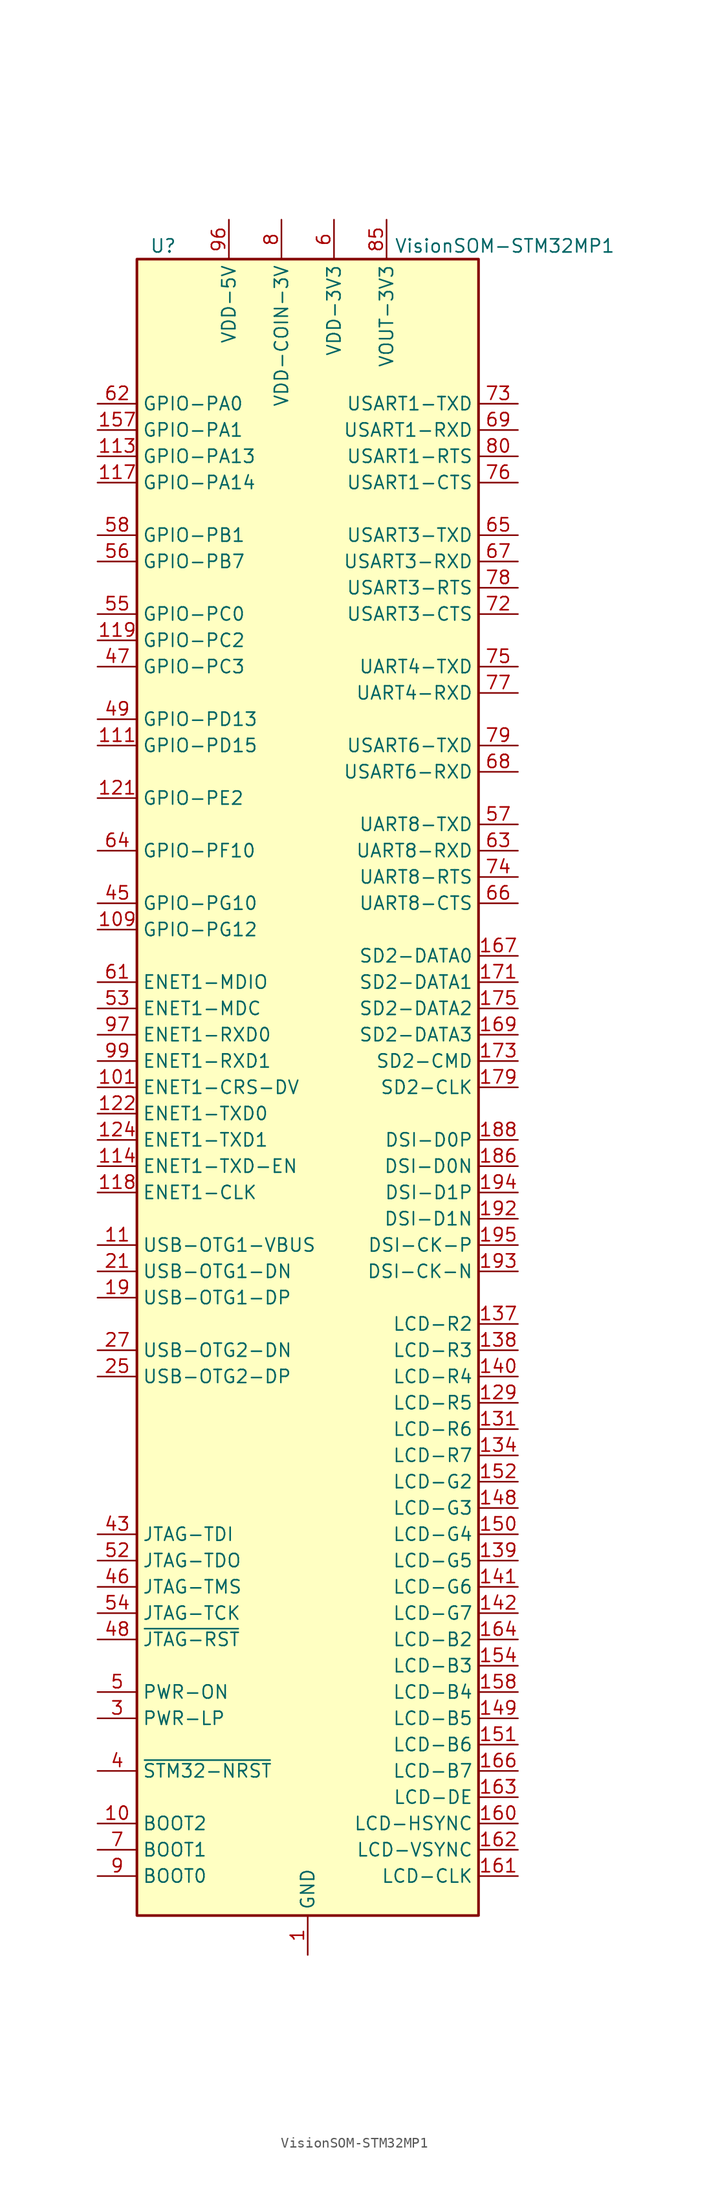
<source format=kicad_sym>
(kicad_symbol_lib
  (version 20231120)
  (generator "kicad_symbol_editor")
  (generator_version "8.0")
  (symbol "VisionSOM-STM32MP1"
    (property "Reference" "U"
      (at -13.97 81.28 0)
      (effects (font (size 1.27 1.27))))
    (property "Value" "VisionSOM-STM32MP1"
      (at 19.05 81.28 0)
      (effects (font (size 1.27 1.27))))
    (symbol "VisionSOM-STM32MP1_0_1"
      (rectangle (start -16.51 80.01) (end 16.51 -80.01) (stroke (width 0.254) (type default)) (fill (type background))))
    (symbol "VisionSOM-STM32MP1_1_1"
      (pin power_in line (at 0 -83.82 90) (length 3.81) (name "GND" (effects (font (size 1.27 1.27)))) (number "1" (effects (font (size 1.27 1.27)))))
      (pin input line (at -20.32 -71.12 0) (length 3.81) (name "BOOT2" (effects (font (size 1.27 1.27)))) (number "10" (effects (font (size 1.27 1.27)))))
      (pin passive line (at -7.62 83.82 270) (length 3.81) hide (name "VDD-5V" (effects (font (size 1.27 1.27)))) (number "100" (effects (font (size 1.27 1.27)))))
      (pin bidirectional line (at -20.32 0 0) (length 3.81) (name "ENET1-CRS-DV" (effects (font (size 1.27 1.27)))) (number "101" (effects (font (size 1.27 1.27)))))
      (pin passive line (at -7.62 83.82 270) (length 3.81) hide (name "VDD-5V" (effects (font (size 1.27 1.27)))) (number "102" (effects (font (size 1.27 1.27)))))
      (pin passive line (at 0 -83.82 90) (length 3.81) hide (name "GND" (effects (font (size 1.27 1.27)))) (number "103" (effects (font (size 1.27 1.27)))))
      (pin passive line (at -7.62 83.82 270) (length 3.81) hide (name "VDD-5V" (effects (font (size 1.27 1.27)))) (number "104" (effects (font (size 1.27 1.27)))))
      (pin no_connect line (at 15.24 73.66 180) (length 3.81) hide (name "NC" (effects (font (size 1.27 1.27)))) (number "105" (effects (font (size 1.27 1.27)))))
      (pin passive line (at -7.62 83.82 270) (length 3.81) hide (name "VDD-5V" (effects (font (size 1.27 1.27)))) (number "106" (effects (font (size 1.27 1.27)))))
      (pin passive line (at 0 -83.82 90) (length 3.81) hide (name "GND" (effects (font (size 1.27 1.27)))) (number "107" (effects (font (size 1.27 1.27)))))
      (pin passive line (at -7.62 83.82 270) (length 3.81) hide (name "VDD-5V" (effects (font (size 1.27 1.27)))) (number "108" (effects (font (size 1.27 1.27)))))
      (pin bidirectional line (at -20.32 15.24 0) (length 3.81) (name "GPIO-PG12" (effects (font (size 1.27 1.27)))) (number "109" (effects (font (size 1.27 1.27)))))
      (pin input line (at -20.32 -15.24 0) (length 3.81) (name "USB-OTG1-VBUS" (effects (font (size 1.27 1.27)))) (number "11" (effects (font (size 1.27 1.27)))))
      (pin passive line (at -7.62 83.82 270) (length 3.81) hide (name "VDD-5V" (effects (font (size 1.27 1.27)))) (number "110" (effects (font (size 1.27 1.27)))))
      (pin bidirectional line (at -20.32 33.02 0) (length 3.81) (name "GPIO-PD15" (effects (font (size 1.27 1.27)))) (number "111" (effects (font (size 1.27 1.27)))))
      (pin passive line (at -7.62 83.82 270) (length 3.81) hide (name "VDD-5V" (effects (font (size 1.27 1.27)))) (number "112" (effects (font (size 1.27 1.27)))))
      (pin bidirectional line (at -20.32 60.96 0) (length 3.81) (name "GPIO-PA13" (effects (font (size 1.27 1.27)))) (number "113" (effects (font (size 1.27 1.27)))))
      (pin bidirectional line (at -20.32 -7.62 0) (length 3.81) (name "ENET1-TXD-EN" (effects (font (size 1.27 1.27)))) (number "114" (effects (font (size 1.27 1.27)))))
      (pin passive line (at 0 -83.82 90) (length 3.81) hide (name "GND" (effects (font (size 1.27 1.27)))) (number "115" (effects (font (size 1.27 1.27)))))
      (pin passive line (at 0 -83.82 90) (length 3.81) hide (name "GND" (effects (font (size 1.27 1.27)))) (number "116" (effects (font (size 1.27 1.27)))))
      (pin bidirectional line (at -20.32 58.42 0) (length 3.81) (name "GPIO-PA14" (effects (font (size 1.27 1.27)))) (number "117" (effects (font (size 1.27 1.27)))))
      (pin bidirectional line (at -20.32 -10.16 0) (length 3.81) (name "ENET1-CLK" (effects (font (size 1.27 1.27)))) (number "118" (effects (font (size 1.27 1.27)))))
      (pin bidirectional line (at -20.32 43.18 0) (length 3.81) (name "GPIO-PC2" (effects (font (size 1.27 1.27)))) (number "119" (effects (font (size 1.27 1.27)))))
      (pin no_connect line (at -15.24 73.66 0) (length 3.81) hide (name "NC" (effects (font (size 1.27 1.27)))) (number "12" (effects (font (size 1.27 1.27)))))
      (pin passive line (at 0 -83.82 90) (length 3.81) hide (name "GND" (effects (font (size 1.27 1.27)))) (number "120" (effects (font (size 1.27 1.27)))))
      (pin bidirectional line (at -20.32 27.94 0) (length 3.81) (name "GPIO-PE2" (effects (font (size 1.27 1.27)))) (number "121" (effects (font (size 1.27 1.27)))))
      (pin bidirectional line (at -20.32 -2.54 0) (length 3.81) (name "ENET1-TXD0" (effects (font (size 1.27 1.27)))) (number "122" (effects (font (size 1.27 1.27)))))
      (pin no_connect line (at 15.24 71.12 180) (length 3.81) hide (name "NC" (effects (font (size 1.27 1.27)))) (number "123" (effects (font (size 1.27 1.27)))))
      (pin bidirectional line (at -20.32 -5.08 0) (length 3.81) (name "ENET1-TXD1" (effects (font (size 1.27 1.27)))) (number "124" (effects (font (size 1.27 1.27)))))
      (pin passive line (at 0 -83.82 90) (length 3.81) hide (name "GND" (effects (font (size 1.27 1.27)))) (number "125" (effects (font (size 1.27 1.27)))))
      (pin no_connect line (at 15.24 68.58 180) (length 3.81) hide (name "NC" (effects (font (size 1.27 1.27)))) (number "126" (effects (font (size 1.27 1.27)))))
      (pin passive line (at 0 -83.82 90) (length 3.81) hide (name "GND" (effects (font (size 1.27 1.27)))) (number "127" (effects (font (size 1.27 1.27)))))
      (pin passive line (at 0 -83.82 90) (length 3.81) hide (name "GND" (effects (font (size 1.27 1.27)))) (number "128" (effects (font (size 1.27 1.27)))))
      (pin bidirectional line (at 20.32 -30.48 180) (length 3.81) (name "LCD-R5" (effects (font (size 1.27 1.27)))) (number "129" (effects (font (size 1.27 1.27)))))
      (pin no_connect line (at -15.24 71.12 0) (length 3.81) hide (name "NC" (effects (font (size 1.27 1.27)))) (number "13" (effects (font (size 1.27 1.27)))))
      (pin passive line (at 0 -83.82 90) (length 3.81) hide (name "GND" (effects (font (size 1.27 1.27)))) (number "130" (effects (font (size 1.27 1.27)))))
      (pin bidirectional line (at 20.32 -33.02 180) (length 3.81) (name "LCD-R6" (effects (font (size 1.27 1.27)))) (number "131" (effects (font (size 1.27 1.27)))))
      (pin passive line (at 0 -83.82 90) (length 3.81) hide (name "GND" (effects (font (size 1.27 1.27)))) (number "132" (effects (font (size 1.27 1.27)))))
      (pin passive line (at 0 -83.82 90) (length 3.81) hide (name "GND" (effects (font (size 1.27 1.27)))) (number "133" (effects (font (size 1.27 1.27)))))
      (pin bidirectional line (at 20.32 -35.56 180) (length 3.81) (name "LCD-R7" (effects (font (size 1.27 1.27)))) (number "134" (effects (font (size 1.27 1.27)))))
      (pin passive line (at 0 -83.82 90) (length 3.81) hide (name "GND" (effects (font (size 1.27 1.27)))) (number "135" (effects (font (size 1.27 1.27)))))
      (pin passive line (at 0 -83.82 90) (length 3.81) hide (name "GND" (effects (font (size 1.27 1.27)))) (number "136" (effects (font (size 1.27 1.27)))))
      (pin bidirectional line (at 20.32 -22.86 180) (length 3.81) (name "LCD-R2" (effects (font (size 1.27 1.27)))) (number "137" (effects (font (size 1.27 1.27)))))
      (pin bidirectional line (at 20.32 -25.4 180) (length 3.81) (name "LCD-R3" (effects (font (size 1.27 1.27)))) (number "138" (effects (font (size 1.27 1.27)))))
      (pin bidirectional line (at 20.32 -45.72 180) (length 3.81) (name "LCD-G5" (effects (font (size 1.27 1.27)))) (number "139" (effects (font (size 1.27 1.27)))))
      (pin no_connect line (at -15.24 68.58 0) (length 3.81) hide (name "NC" (effects (font (size 1.27 1.27)))) (number "14" (effects (font (size 1.27 1.27)))))
      (pin bidirectional line (at 20.32 -27.94 180) (length 3.81) (name "LCD-R4" (effects (font (size 1.27 1.27)))) (number "140" (effects (font (size 1.27 1.27)))))
      (pin bidirectional line (at 20.32 -48.26 180) (length 3.81) (name "LCD-G6" (effects (font (size 1.27 1.27)))) (number "141" (effects (font (size 1.27 1.27)))))
      (pin bidirectional line (at 20.32 -50.8 180) (length 3.81) (name "LCD-G7" (effects (font (size 1.27 1.27)))) (number "142" (effects (font (size 1.27 1.27)))))
      (pin passive line (at 0 -83.82 90) (length 3.81) hide (name "GND" (effects (font (size 1.27 1.27)))) (number "143" (effects (font (size 1.27 1.27)))))
      (pin passive line (at 0 -83.82 90) (length 3.81) hide (name "GND" (effects (font (size 1.27 1.27)))) (number "144" (effects (font (size 1.27 1.27)))))
      (pin passive line (at 0 -83.82 90) (length 3.81) hide (name "GND" (effects (font (size 1.27 1.27)))) (number "145" (effects (font (size 1.27 1.27)))))
      (pin passive line (at 0 -83.82 90) (length 3.81) hide (name "GND" (effects (font (size 1.27 1.27)))) (number "146" (effects (font (size 1.27 1.27)))))
      (pin passive line (at 0 -83.82 90) (length 3.81) hide (name "GND" (effects (font (size 1.27 1.27)))) (number "147" (effects (font (size 1.27 1.27)))))
      (pin bidirectional line (at 20.32 -40.64 180) (length 3.81) (name "LCD-G3" (effects (font (size 1.27 1.27)))) (number "148" (effects (font (size 1.27 1.27)))))
      (pin bidirectional line (at 20.32 -60.96 180) (length 3.81) (name "LCD-B5" (effects (font (size 1.27 1.27)))) (number "149" (effects (font (size 1.27 1.27)))))
      (pin passive line (at 0 -83.82 90) (length 3.81) hide (name "GND" (effects (font (size 1.27 1.27)))) (number "15" (effects (font (size 1.27 1.27)))))
      (pin bidirectional line (at 20.32 -43.18 180) (length 3.81) (name "LCD-G4" (effects (font (size 1.27 1.27)))) (number "150" (effects (font (size 1.27 1.27)))))
      (pin bidirectional line (at 20.32 -63.5 180) (length 3.81) (name "LCD-B6" (effects (font (size 1.27 1.27)))) (number "151" (effects (font (size 1.27 1.27)))))
      (pin bidirectional line (at 20.32 -38.1 180) (length 3.81) (name "LCD-G2" (effects (font (size 1.27 1.27)))) (number "152" (effects (font (size 1.27 1.27)))))
      (pin passive line (at 0 -83.82 90) (length 3.81) hide (name "GND" (effects (font (size 1.27 1.27)))) (number "153" (effects (font (size 1.27 1.27)))))
      (pin bidirectional line (at 20.32 -55.88 180) (length 3.81) (name "LCD-B3" (effects (font (size 1.27 1.27)))) (number "154" (effects (font (size 1.27 1.27)))))
      (pin passive line (at 0 -83.82 90) (length 3.81) hide (name "GND" (effects (font (size 1.27 1.27)))) (number "155" (effects (font (size 1.27 1.27)))))
      (pin passive line (at 0 -83.82 90) (length 3.81) hide (name "GND" (effects (font (size 1.27 1.27)))) (number "156" (effects (font (size 1.27 1.27)))))
      (pin bidirectional line (at -20.32 63.5 0) (length 3.81) (name "GPIO-PA1" (effects (font (size 1.27 1.27)))) (number "157" (effects (font (size 1.27 1.27)))))
      (pin bidirectional line (at 20.32 -58.42 180) (length 3.81) (name "LCD-B4" (effects (font (size 1.27 1.27)))) (number "158" (effects (font (size 1.27 1.27)))))
      (pin passive line (at 0 -83.82 90) (length 3.81) hide (name "GND" (effects (font (size 1.27 1.27)))) (number "159" (effects (font (size 1.27 1.27)))))
      (pin no_connect line (at -15.24 55.88 0) (length 3.81) hide (name "NC" (effects (font (size 1.27 1.27)))) (number "16" (effects (font (size 1.27 1.27)))))
      (pin bidirectional line (at 20.32 -71.12 180) (length 3.81) (name "LCD-HSYNC" (effects (font (size 1.27 1.27)))) (number "160" (effects (font (size 1.27 1.27)))))
      (pin bidirectional line (at 20.32 -76.2 180) (length 3.81) (name "LCD-CLK" (effects (font (size 1.27 1.27)))) (number "161" (effects (font (size 1.27 1.27)))))
      (pin bidirectional line (at 20.32 -73.66 180) (length 3.81) (name "LCD-VSYNC" (effects (font (size 1.27 1.27)))) (number "162" (effects (font (size 1.27 1.27)))))
      (pin bidirectional line (at 20.32 -68.58 180) (length 3.81) (name "LCD-DE" (effects (font (size 1.27 1.27)))) (number "163" (effects (font (size 1.27 1.27)))))
      (pin bidirectional line (at 20.32 -53.34 180) (length 3.81) (name "LCD-B2" (effects (font (size 1.27 1.27)))) (number "164" (effects (font (size 1.27 1.27)))))
      (pin passive line (at 0 -83.82 90) (length 3.81) hide (name "GND" (effects (font (size 1.27 1.27)))) (number "165" (effects (font (size 1.27 1.27)))))
      (pin bidirectional line (at 20.32 -66.04 180) (length 3.81) (name "LCD-B7" (effects (font (size 1.27 1.27)))) (number "166" (effects (font (size 1.27 1.27)))))
      (pin bidirectional line (at 20.32 12.7 180) (length 3.81) (name "SD2-DATA0" (effects (font (size 1.27 1.27)))) (number "167" (effects (font (size 1.27 1.27)))))
      (pin passive line (at 0 -83.82 90) (length 3.81) hide (name "GND" (effects (font (size 1.27 1.27)))) (number "168" (effects (font (size 1.27 1.27)))))
      (pin bidirectional line (at 20.32 5.08 180) (length 3.81) (name "SD2-DATA3" (effects (font (size 1.27 1.27)))) (number "169" (effects (font (size 1.27 1.27)))))
      (pin passive line (at 0 -83.82 90) (length 3.81) hide (name "GND" (effects (font (size 1.27 1.27)))) (number "17" (effects (font (size 1.27 1.27)))))
      (pin passive line (at 0 -83.82 90) (length 3.81) hide (name "GND" (effects (font (size 1.27 1.27)))) (number "170" (effects (font (size 1.27 1.27)))))
      (pin bidirectional line (at 20.32 10.16 180) (length 3.81) (name "SD2-DATA1" (effects (font (size 1.27 1.27)))) (number "171" (effects (font (size 1.27 1.27)))))
      (pin passive line (at 0 -83.82 90) (length 3.81) hide (name "GND" (effects (font (size 1.27 1.27)))) (number "172" (effects (font (size 1.27 1.27)))))
      (pin bidirectional line (at 20.32 2.54 180) (length 3.81) (name "SD2-CMD" (effects (font (size 1.27 1.27)))) (number "173" (effects (font (size 1.27 1.27)))))
      (pin passive line (at 0 -83.82 90) (length 3.81) hide (name "GND" (effects (font (size 1.27 1.27)))) (number "174" (effects (font (size 1.27 1.27)))))
      (pin bidirectional line (at 20.32 7.62 180) (length 3.81) (name "SD2-DATA2" (effects (font (size 1.27 1.27)))) (number "175" (effects (font (size 1.27 1.27)))))
      (pin passive line (at 0 -83.82 90) (length 3.81) hide (name "GND" (effects (font (size 1.27 1.27)))) (number "176" (effects (font (size 1.27 1.27)))))
      (pin passive line (at 0 -83.82 90) (length 3.81) hide (name "GND" (effects (font (size 1.27 1.27)))) (number "177" (effects (font (size 1.27 1.27)))))
      (pin passive line (at 0 -83.82 90) (length 3.81) hide (name "GND" (effects (font (size 1.27 1.27)))) (number "178" (effects (font (size 1.27 1.27)))))
      (pin bidirectional line (at 20.32 0 180) (length 3.81) (name "SD2-CLK" (effects (font (size 1.27 1.27)))) (number "179" (effects (font (size 1.27 1.27)))))
      (pin no_connect line (at -15.24 48.26 0) (length 3.81) hide (name "NC" (effects (font (size 1.27 1.27)))) (number "18" (effects (font (size 1.27 1.27)))))
      (pin passive line (at 0 -83.82 90) (length 3.81) hide (name "GND" (effects (font (size 1.27 1.27)))) (number "180" (effects (font (size 1.27 1.27)))))
      (pin passive line (at 0 -83.82 90) (length 3.81) hide (name "GND" (effects (font (size 1.27 1.27)))) (number "181" (effects (font (size 1.27 1.27)))))
      (pin passive line (at 0 -83.82 90) (length 3.81) hide (name "GND" (effects (font (size 1.27 1.27)))) (number "182" (effects (font (size 1.27 1.27)))))
      (pin no_connect line (at 15.24 55.88 180) (length 3.81) hide (name "NC" (effects (font (size 1.27 1.27)))) (number "183" (effects (font (size 1.27 1.27)))))
      (pin passive line (at 0 -83.82 90) (length 3.81) hide (name "GND" (effects (font (size 1.27 1.27)))) (number "184" (effects (font (size 1.27 1.27)))))
      (pin passive line (at 0 -83.82 90) (length 3.81) hide (name "GND" (effects (font (size 1.27 1.27)))) (number "185" (effects (font (size 1.27 1.27)))))
      (pin bidirectional line (at 20.32 -7.62 180) (length 3.81) (name "DSI-D0N" (effects (font (size 1.27 1.27)))) (number "186" (effects (font (size 1.27 1.27)))))
      (pin no_connect line (at 15.24 43.18 180) (length 3.81) hide (name "NC" (effects (font (size 1.27 1.27)))) (number "187" (effects (font (size 1.27 1.27)))))
      (pin bidirectional line (at 20.32 -5.08 180) (length 3.81) (name "DSI-D0P" (effects (font (size 1.27 1.27)))) (number "188" (effects (font (size 1.27 1.27)))))
      (pin passive line (at 0 -83.82 90) (length 3.81) hide (name "GND" (effects (font (size 1.27 1.27)))) (number "189" (effects (font (size 1.27 1.27)))))
      (pin bidirectional line (at -20.32 -20.32 0) (length 3.81) (name "USB-OTG1-DP" (effects (font (size 1.27 1.27)))) (number "19" (effects (font (size 1.27 1.27)))))
      (pin no_connect line (at 15.24 35.56 180) (length 3.81) hide (name "NC" (effects (font (size 1.27 1.27)))) (number "190" (effects (font (size 1.27 1.27)))))
      (pin no_connect line (at 15.24 27.94 180) (length 3.81) hide (name "NC" (effects (font (size 1.27 1.27)))) (number "191" (effects (font (size 1.27 1.27)))))
      (pin bidirectional line (at 20.32 -12.7 180) (length 3.81) (name "DSI-D1N" (effects (font (size 1.27 1.27)))) (number "192" (effects (font (size 1.27 1.27)))))
      (pin bidirectional line (at 20.32 -17.78 180) (length 3.81) (name "DSI-CK-N" (effects (font (size 1.27 1.27)))) (number "193" (effects (font (size 1.27 1.27)))))
      (pin bidirectional line (at 20.32 -10.16 180) (length 3.81) (name "DSI-D1P" (effects (font (size 1.27 1.27)))) (number "194" (effects (font (size 1.27 1.27)))))
      (pin bidirectional line (at 20.32 -15.24 180) (length 3.81) (name "DSI-CK-P" (effects (font (size 1.27 1.27)))) (number "195" (effects (font (size 1.27 1.27)))))
      (pin no_connect line (at 15.24 15.24 180) (length 3.81) hide (name "NC" (effects (font (size 1.27 1.27)))) (number "196" (effects (font (size 1.27 1.27)))))
      (pin no_connect line (at 15.24 -2.54 180) (length 3.81) hide (name "NC" (effects (font (size 1.27 1.27)))) (number "197" (effects (font (size 1.27 1.27)))))
      (pin no_connect line (at 15.24 -20.32 180) (length 3.81) hide (name "NC" (effects (font (size 1.27 1.27)))) (number "198" (effects (font (size 1.27 1.27)))))
      (pin passive line (at 0 -83.82 90) (length 3.81) hide (name "GND" (effects (font (size 1.27 1.27)))) (number "199" (effects (font (size 1.27 1.27)))))
      (pin passive line (at 0 -83.82 90) (length 3.81) hide (name "GND" (effects (font (size 1.27 1.27)))) (number "2" (effects (font (size 1.27 1.27)))))
      (pin passive line (at 0 -83.82 90) (length 3.81) hide (name "GND" (effects (font (size 1.27 1.27)))) (number "20" (effects (font (size 1.27 1.27)))))
      (pin passive line (at 0 -83.82 90) (length 3.81) hide (name "GND" (effects (font (size 1.27 1.27)))) (number "200" (effects (font (size 1.27 1.27)))))
      (pin bidirectional line (at -20.32 -17.78 0) (length 3.81) (name "USB-OTG1-DN" (effects (font (size 1.27 1.27)))) (number "21" (effects (font (size 1.27 1.27)))))
      (pin passive line (at 0 -83.82 90) (length 3.81) hide (name "GND" (effects (font (size 1.27 1.27)))) (number "22" (effects (font (size 1.27 1.27)))))
      (pin passive line (at 0 -83.82 90) (length 3.81) hide (name "GND" (effects (font (size 1.27 1.27)))) (number "23" (effects (font (size 1.27 1.27)))))
      (pin no_connect line (at -15.24 38.1 0) (length 3.81) hide (name "NC" (effects (font (size 1.27 1.27)))) (number "24" (effects (font (size 1.27 1.27)))))
      (pin bidirectional line (at -20.32 -27.94 0) (length 3.81) (name "USB-OTG2-DP" (effects (font (size 1.27 1.27)))) (number "25" (effects (font (size 1.27 1.27)))))
      (pin passive line (at 0 -83.82 90) (length 3.81) hide (name "GND" (effects (font (size 1.27 1.27)))) (number "26" (effects (font (size 1.27 1.27)))))
      (pin bidirectional line (at -20.32 -25.4 0) (length 3.81) (name "USB-OTG2-DN" (effects (font (size 1.27 1.27)))) (number "27" (effects (font (size 1.27 1.27)))))
      (pin passive line (at 0 -83.82 90) (length 3.81) hide (name "GND" (effects (font (size 1.27 1.27)))) (number "28" (effects (font (size 1.27 1.27)))))
      (pin passive line (at 0 -83.82 90) (length 3.81) hide (name "GND" (effects (font (size 1.27 1.27)))) (number "29" (effects (font (size 1.27 1.27)))))
      (pin output line (at -20.32 -60.96 0) (length 3.81) (name "PWR-LP" (effects (font (size 1.27 1.27)))) (number "3" (effects (font (size 1.27 1.27)))))
      (pin no_connect line (at -15.24 30.48 0) (length 3.81) hide (name "NC" (effects (font (size 1.27 1.27)))) (number "30" (effects (font (size 1.27 1.27)))))
      (pin no_connect line (at -15.24 25.4 0) (length 3.81) hide (name "NC" (effects (font (size 1.27 1.27)))) (number "31" (effects (font (size 1.27 1.27)))))
      (pin no_connect line (at -15.24 20.32 0) (length 3.81) hide (name "NC" (effects (font (size 1.27 1.27)))) (number "32" (effects (font (size 1.27 1.27)))))
      (pin no_connect line (at -15.24 12.7 0) (length 3.81) hide (name "NC" (effects (font (size 1.27 1.27)))) (number "33" (effects (font (size 1.27 1.27)))))
      (pin no_connect line (at -15.24 -12.7 0) (length 3.81) hide (name "NC" (effects (font (size 1.27 1.27)))) (number "34" (effects (font (size 1.27 1.27)))))
      (pin passive line (at 0 -83.82 90) (length 3.81) hide (name "GND" (effects (font (size 1.27 1.27)))) (number "35" (effects (font (size 1.27 1.27)))))
      (pin no_connect line (at -15.24 -22.86 0) (length 3.81) hide (name "NC" (effects (font (size 1.27 1.27)))) (number "36" (effects (font (size 1.27 1.27)))))
      (pin no_connect line (at -15.24 -30.48 0) (length 3.81) hide (name "NC" (effects (font (size 1.27 1.27)))) (number "37" (effects (font (size 1.27 1.27)))))
      (pin passive line (at 0 -83.82 90) (length 3.81) hide (name "GND" (effects (font (size 1.27 1.27)))) (number "38" (effects (font (size 1.27 1.27)))))
      (pin no_connect line (at -15.24 -33.02 0) (length 3.81) hide (name "NC" (effects (font (size 1.27 1.27)))) (number "39" (effects (font (size 1.27 1.27)))))
      (pin input line (at -20.32 -66.04 0) (length 3.81) (name "~{STM32-NRST}" (effects (font (size 1.27 1.27)))) (number "4" (effects (font (size 1.27 1.27)))))
      (pin passive line (at 0 -83.82 90) (length 3.81) hide (name "GND" (effects (font (size 1.27 1.27)))) (number "40" (effects (font (size 1.27 1.27)))))
      (pin passive line (at 0 -83.82 90) (length 3.81) hide (name "GND" (effects (font (size 1.27 1.27)))) (number "41" (effects (font (size 1.27 1.27)))))
      (pin no_connect line (at -15.24 -35.56 0) (length 3.81) hide (name "NC" (effects (font (size 1.27 1.27)))) (number "42" (effects (font (size 1.27 1.27)))))
      (pin bidirectional line (at -20.32 -43.18 0) (length 3.81) (name "JTAG-TDI" (effects (font (size 1.27 1.27)))) (number "43" (effects (font (size 1.27 1.27)))))
      (pin no_connect line (at -15.24 -38.1 0) (length 3.81) hide (name "NC" (effects (font (size 1.27 1.27)))) (number "44" (effects (font (size 1.27 1.27)))))
      (pin bidirectional line (at -20.32 17.78 0) (length 3.81) (name "GPIO-PG10" (effects (font (size 1.27 1.27)))) (number "45" (effects (font (size 1.27 1.27)))))
      (pin bidirectional line (at -20.32 -48.26 0) (length 3.81) (name "JTAG-TMS" (effects (font (size 1.27 1.27)))) (number "46" (effects (font (size 1.27 1.27)))))
      (pin bidirectional line (at -20.32 40.64 0) (length 3.81) (name "GPIO-PC3" (effects (font (size 1.27 1.27)))) (number "47" (effects (font (size 1.27 1.27)))))
      (pin bidirectional line (at -20.32 -53.34 0) (length 3.81) (name "~{JTAG-RST}" (effects (font (size 1.27 1.27)))) (number "48" (effects (font (size 1.27 1.27)))))
      (pin bidirectional line (at -20.32 35.56 0) (length 3.81) (name "GPIO-PD13" (effects (font (size 1.27 1.27)))) (number "49" (effects (font (size 1.27 1.27)))))
      (pin output line (at -20.32 -58.42 0) (length 3.81) (name "PWR-ON" (effects (font (size 1.27 1.27)))) (number "5" (effects (font (size 1.27 1.27)))))
      (pin passive line (at 0 -83.82 90) (length 3.81) hide (name "GND" (effects (font (size 1.27 1.27)))) (number "50" (effects (font (size 1.27 1.27)))))
      (pin passive line (at 0 -83.82 90) (length 3.81) hide (name "GND" (effects (font (size 1.27 1.27)))) (number "51" (effects (font (size 1.27 1.27)))))
      (pin bidirectional line (at -20.32 -45.72 0) (length 3.81) (name "JTAG-TDO" (effects (font (size 1.27 1.27)))) (number "52" (effects (font (size 1.27 1.27)))))
      (pin bidirectional line (at -20.32 7.62 0) (length 3.81) (name "ENET1-MDC" (effects (font (size 1.27 1.27)))) (number "53" (effects (font (size 1.27 1.27)))))
      (pin bidirectional line (at -20.32 -50.8 0) (length 3.81) (name "JTAG-TCK" (effects (font (size 1.27 1.27)))) (number "54" (effects (font (size 1.27 1.27)))))
      (pin bidirectional line (at -20.32 45.72 0) (length 3.81) (name "GPIO-PC0" (effects (font (size 1.27 1.27)))) (number "55" (effects (font (size 1.27 1.27)))))
      (pin bidirectional line (at -20.32 50.8 0) (length 3.81) (name "GPIO-PB7" (effects (font (size 1.27 1.27)))) (number "56" (effects (font (size 1.27 1.27)))))
      (pin bidirectional line (at 20.32 25.4 180) (length 3.81) (name "UART8-TXD" (effects (font (size 1.27 1.27)))) (number "57" (effects (font (size 1.27 1.27)))))
      (pin bidirectional line (at -20.32 53.34 0) (length 3.81) (name "GPIO-PB1" (effects (font (size 1.27 1.27)))) (number "58" (effects (font (size 1.27 1.27)))))
      (pin passive line (at 0 -83.82 90) (length 3.81) hide (name "GND" (effects (font (size 1.27 1.27)))) (number "59" (effects (font (size 1.27 1.27)))))
      (pin power_in line (at 2.54 83.82 270) (length 3.81) (name "VDD-3V3" (effects (font (size 1.27 1.27)))) (number "6" (effects (font (size 1.27 1.27)))))
      (pin passive line (at 0 -83.82 90) (length 3.81) hide (name "GND" (effects (font (size 1.27 1.27)))) (number "60" (effects (font (size 1.27 1.27)))))
      (pin bidirectional line (at -20.32 10.16 0) (length 3.81) (name "ENET1-MDIO" (effects (font (size 1.27 1.27)))) (number "61" (effects (font (size 1.27 1.27)))))
      (pin bidirectional line (at -20.32 66.04 0) (length 3.81) (name "GPIO-PA0" (effects (font (size 1.27 1.27)))) (number "62" (effects (font (size 1.27 1.27)))))
      (pin bidirectional line (at 20.32 22.86 180) (length 3.81) (name "UART8-RXD" (effects (font (size 1.27 1.27)))) (number "63" (effects (font (size 1.27 1.27)))))
      (pin bidirectional line (at -20.32 22.86 0) (length 3.81) (name "GPIO-PF10" (effects (font (size 1.27 1.27)))) (number "64" (effects (font (size 1.27 1.27)))))
      (pin bidirectional line (at 20.32 53.34 180) (length 3.81) (name "USART3-TXD" (effects (font (size 1.27 1.27)))) (number "65" (effects (font (size 1.27 1.27)))))
      (pin bidirectional line (at 20.32 17.78 180) (length 3.81) (name "UART8-CTS" (effects (font (size 1.27 1.27)))) (number "66" (effects (font (size 1.27 1.27)))))
      (pin bidirectional line (at 20.32 50.8 180) (length 3.81) (name "USART3-RXD" (effects (font (size 1.27 1.27)))) (number "67" (effects (font (size 1.27 1.27)))))
      (pin bidirectional line (at 20.32 30.48 180) (length 3.81) (name "USART6-RXD" (effects (font (size 1.27 1.27)))) (number "68" (effects (font (size 1.27 1.27)))))
      (pin bidirectional line (at 20.32 63.5 180) (length 3.81) (name "USART1-RXD" (effects (font (size 1.27 1.27)))) (number "69" (effects (font (size 1.27 1.27)))))
      (pin input line (at -20.32 -73.66 0) (length 3.81) (name "BOOT1" (effects (font (size 1.27 1.27)))) (number "7" (effects (font (size 1.27 1.27)))))
      (pin passive line (at 0 -83.82 90) (length 3.81) hide (name "GND" (effects (font (size 1.27 1.27)))) (number "70" (effects (font (size 1.27 1.27)))))
      (pin passive line (at 0 -83.82 90) (length 3.81) hide (name "GND" (effects (font (size 1.27 1.27)))) (number "71" (effects (font (size 1.27 1.27)))))
      (pin bidirectional line (at 20.32 45.72 180) (length 3.81) (name "USART3-CTS" (effects (font (size 1.27 1.27)))) (number "72" (effects (font (size 1.27 1.27)))))
      (pin bidirectional line (at 20.32 66.04 180) (length 3.81) (name "USART1-TXD" (effects (font (size 1.27 1.27)))) (number "73" (effects (font (size 1.27 1.27)))))
      (pin bidirectional line (at 20.32 20.32 180) (length 3.81) (name "UART8-RTS" (effects (font (size 1.27 1.27)))) (number "74" (effects (font (size 1.27 1.27)))))
      (pin bidirectional line (at 20.32 40.64 180) (length 3.81) (name "UART4-TXD" (effects (font (size 1.27 1.27)))) (number "75" (effects (font (size 1.27 1.27)))))
      (pin bidirectional line (at 20.32 58.42 180) (length 3.81) (name "USART1-CTS" (effects (font (size 1.27 1.27)))) (number "76" (effects (font (size 1.27 1.27)))))
      (pin bidirectional line (at 20.32 38.1 180) (length 3.81) (name "UART4-RXD" (effects (font (size 1.27 1.27)))) (number "77" (effects (font (size 1.27 1.27)))))
      (pin bidirectional line (at 20.32 48.26 180) (length 3.81) (name "USART3-RTS" (effects (font (size 1.27 1.27)))) (number "78" (effects (font (size 1.27 1.27)))))
      (pin bidirectional line (at 20.32 33.02 180) (length 3.81) (name "USART6-TXD" (effects (font (size 1.27 1.27)))) (number "79" (effects (font (size 1.27 1.27)))))
      (pin power_in line (at -2.54 83.82 270) (length 3.81) (name "VDD-COIN-3V" (effects (font (size 1.27 1.27)))) (number "8" (effects (font (size 1.27 1.27)))))
      (pin bidirectional line (at 20.32 60.96 180) (length 3.81) (name "USART1-RTS" (effects (font (size 1.27 1.27)))) (number "80" (effects (font (size 1.27 1.27)))))
      (pin passive line (at 0 -83.82 90) (length 3.81) hide (name "GND" (effects (font (size 1.27 1.27)))) (number "81" (effects (font (size 1.27 1.27)))))
      (pin passive line (at 0 -83.82 90) (length 3.81) hide (name "GND" (effects (font (size 1.27 1.27)))) (number "82" (effects (font (size 1.27 1.27)))))
      (pin no_connect line (at -15.24 -40.64 0) (length 3.81) hide (name "NC" (effects (font (size 1.27 1.27)))) (number "83" (effects (font (size 1.27 1.27)))))
      (pin passive line (at 0 -83.82 90) (length 3.81) hide (name "GND" (effects (font (size 1.27 1.27)))) (number "84" (effects (font (size 1.27 1.27)))))
      (pin power_out line (at 7.62 83.82 270) (length 3.81) (name "VOUT-3V3" (effects (font (size 1.27 1.27)))) (number "85" (effects (font (size 1.27 1.27)))))
      (pin no_connect line (at -15.24 -55.88 0) (length 3.81) hide (name "NC" (effects (font (size 1.27 1.27)))) (number "86" (effects (font (size 1.27 1.27)))))
      (pin passive line (at 7.62 83.82 270) (length 3.81) hide (name "VOUT-3V3" (effects (font (size 1.27 1.27)))) (number "87" (effects (font (size 1.27 1.27)))))
      (pin passive line (at 7.62 83.82 270) (length 3.81) hide (name "VOUT-3V3" (effects (font (size 1.27 1.27)))) (number "88" (effects (font (size 1.27 1.27)))))
      (pin passive line (at 7.62 83.82 270) (length 3.81) hide (name "VOUT-3V3" (effects (font (size 1.27 1.27)))) (number "89" (effects (font (size 1.27 1.27)))))
      (pin input line (at -20.32 -76.2 0) (length 3.81) (name "BOOT0" (effects (font (size 1.27 1.27)))) (number "9" (effects (font (size 1.27 1.27)))))
      (pin passive line (at 7.62 83.82 270) (length 3.81) hide (name "VOUT-3V3" (effects (font (size 1.27 1.27)))) (number "90" (effects (font (size 1.27 1.27)))))
      (pin passive line (at 7.62 83.82 270) (length 3.81) hide (name "VOUT-3V3" (effects (font (size 1.27 1.27)))) (number "91" (effects (font (size 1.27 1.27)))))
      (pin passive line (at 7.62 83.82 270) (length 3.81) hide (name "VOUT-3V3" (effects (font (size 1.27 1.27)))) (number "92" (effects (font (size 1.27 1.27)))))
      (pin passive line (at 7.62 83.82 270) (length 3.81) hide (name "VOUT-3V3" (effects (font (size 1.27 1.27)))) (number "93" (effects (font (size 1.27 1.27)))))
      (pin no_connect line (at -15.24 -63.5 0) (length 3.81) hide (name "NC" (effects (font (size 1.27 1.27)))) (number "94" (effects (font (size 1.27 1.27)))))
      (pin no_connect line (at -15.24 -68.58 0) (length 3.81) hide (name "NC" (effects (font (size 1.27 1.27)))) (number "95" (effects (font (size 1.27 1.27)))))
      (pin power_in line (at -7.62 83.82 270) (length 3.81) (name "VDD-5V" (effects (font (size 1.27 1.27)))) (number "96" (effects (font (size 1.27 1.27)))))
      (pin bidirectional line (at -20.32 5.08 0) (length 3.81) (name "ENET1-RXD0" (effects (font (size 1.27 1.27)))) (number "97" (effects (font (size 1.27 1.27)))))
      (pin passive line (at -7.62 83.82 270) (length 3.81) hide (name "VDD-5V" (effects (font (size 1.27 1.27)))) (number "98" (effects (font (size 1.27 1.27)))))
      (pin bidirectional line (at -20.32 2.54 0) (length 3.81) (name "ENET1-RXD1" (effects (font (size 1.27 1.27)))) (number "99" (effects (font (size 1.27 1.27))))))))
</source>
